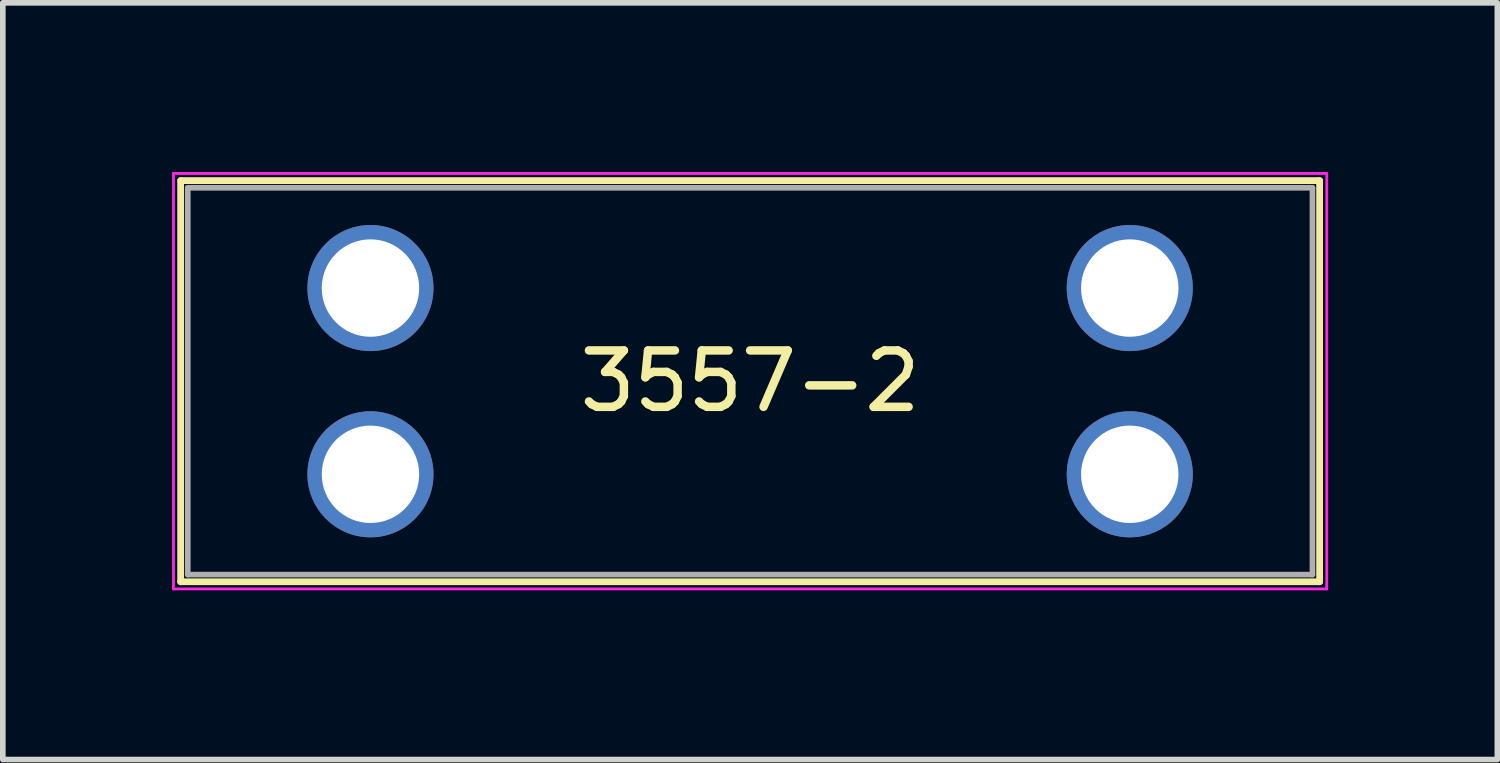
<source format=kicad_pcb>
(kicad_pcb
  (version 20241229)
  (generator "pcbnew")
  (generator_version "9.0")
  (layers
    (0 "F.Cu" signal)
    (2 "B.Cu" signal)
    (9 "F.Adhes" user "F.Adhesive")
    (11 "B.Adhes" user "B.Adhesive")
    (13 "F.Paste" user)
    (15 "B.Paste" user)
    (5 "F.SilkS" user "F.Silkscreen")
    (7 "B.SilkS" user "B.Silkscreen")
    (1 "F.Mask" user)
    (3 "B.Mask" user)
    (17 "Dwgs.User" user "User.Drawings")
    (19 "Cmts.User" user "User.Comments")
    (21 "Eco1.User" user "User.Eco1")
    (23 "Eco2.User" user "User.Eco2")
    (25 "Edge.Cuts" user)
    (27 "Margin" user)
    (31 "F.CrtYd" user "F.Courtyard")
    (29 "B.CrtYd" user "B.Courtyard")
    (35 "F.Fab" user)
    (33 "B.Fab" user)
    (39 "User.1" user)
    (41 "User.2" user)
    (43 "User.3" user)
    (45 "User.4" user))
  (footprint "3557-2"
    (layer "F.Cu")
    (at 3.518 2.057)
    (property "Reference" "3557-2" (at 6.731 1.651 0) (layer "F.SilkS") (effects (font (size 1 1) (thickness 0.15))))
    (attr through_hole)
    (fp_line (start -3.365 -1.905) (end -3.365 5.207) (stroke (width 0.12) (type solid)) (layer "F.SilkS"))
    (fp_line (start -3.365 5.207) (end 16.828 5.207) (stroke (width 0.12) (type solid)) (layer "F.SilkS"))
    (fp_line (start 16.828 -1.905) (end -3.365 -1.905) (stroke (width 0.12) (type solid)) (layer "F.SilkS"))
    (fp_line (start 16.828 5.207) (end 16.828 -1.905) (stroke (width 0.12) (type solid)) (layer "F.SilkS"))
    (fp_line (start -3.493 -2.032) (end -3.493 5.334) (stroke (width 0.05) (type solid)) (layer "F.CrtYd"))
    (fp_line (start -3.493 5.334) (end 16.954 5.334) (stroke (width 0.05) (type solid)) (layer "F.CrtYd"))
    (fp_line (start 16.954 -2.032) (end -3.493 -2.032) (stroke (width 0.05) (type solid)) (layer "F.CrtYd"))
    (fp_line (start 16.954 5.334) (end 16.954 -2.032) (stroke (width 0.05) (type solid)) (layer "F.CrtYd"))
    (fp_line (start -3.239 -1.778) (end -3.239 5.08) (stroke (width 0.1) (type solid)) (layer "F.Fab"))
    (fp_line (start -3.239 5.08) (end 16.701 5.08) (stroke (width 0.1) (type solid)) (layer "F.Fab"))
    (fp_line (start 16.701 -1.778) (end -3.239 -1.778) (stroke (width 0.1) (type solid)) (layer "F.Fab"))
    (fp_line (start 16.701 5.08) (end 16.701 -1.778) (stroke (width 0.1) (type solid)) (layer "F.Fab"))
    (fp_text user "*" (at 0 0 0) (layer "F.Fab") (effects (font (size 1 1) (thickness 0.15))))
    (pad "1" thru_hole circle (at 0 0) (size 2.235 2.235) (drill 1.727) (layers "*.Cu" "*.Mask"))
    (pad "2" thru_hole circle (at 0 3.302) (size 2.235 2.235) (drill 1.727) (layers "*.Cu" "*.Mask"))
    (pad "3" thru_hole circle (at 13.462 0) (size 2.235 2.235) (drill 1.727) (layers "*.Cu" "*.Mask"))
    (pad "4" thru_hole circle (at 13.462 3.302) (size 2.235 2.235) (drill 1.727) (layers "*.Cu" "*.Mask")))
  (gr_rect
    (start -3 -3)
    (end 23.497 10.416)
    (stroke (width 0.1) (type default))
    (fill no)
    (layer "Edge.Cuts")))
</source>
